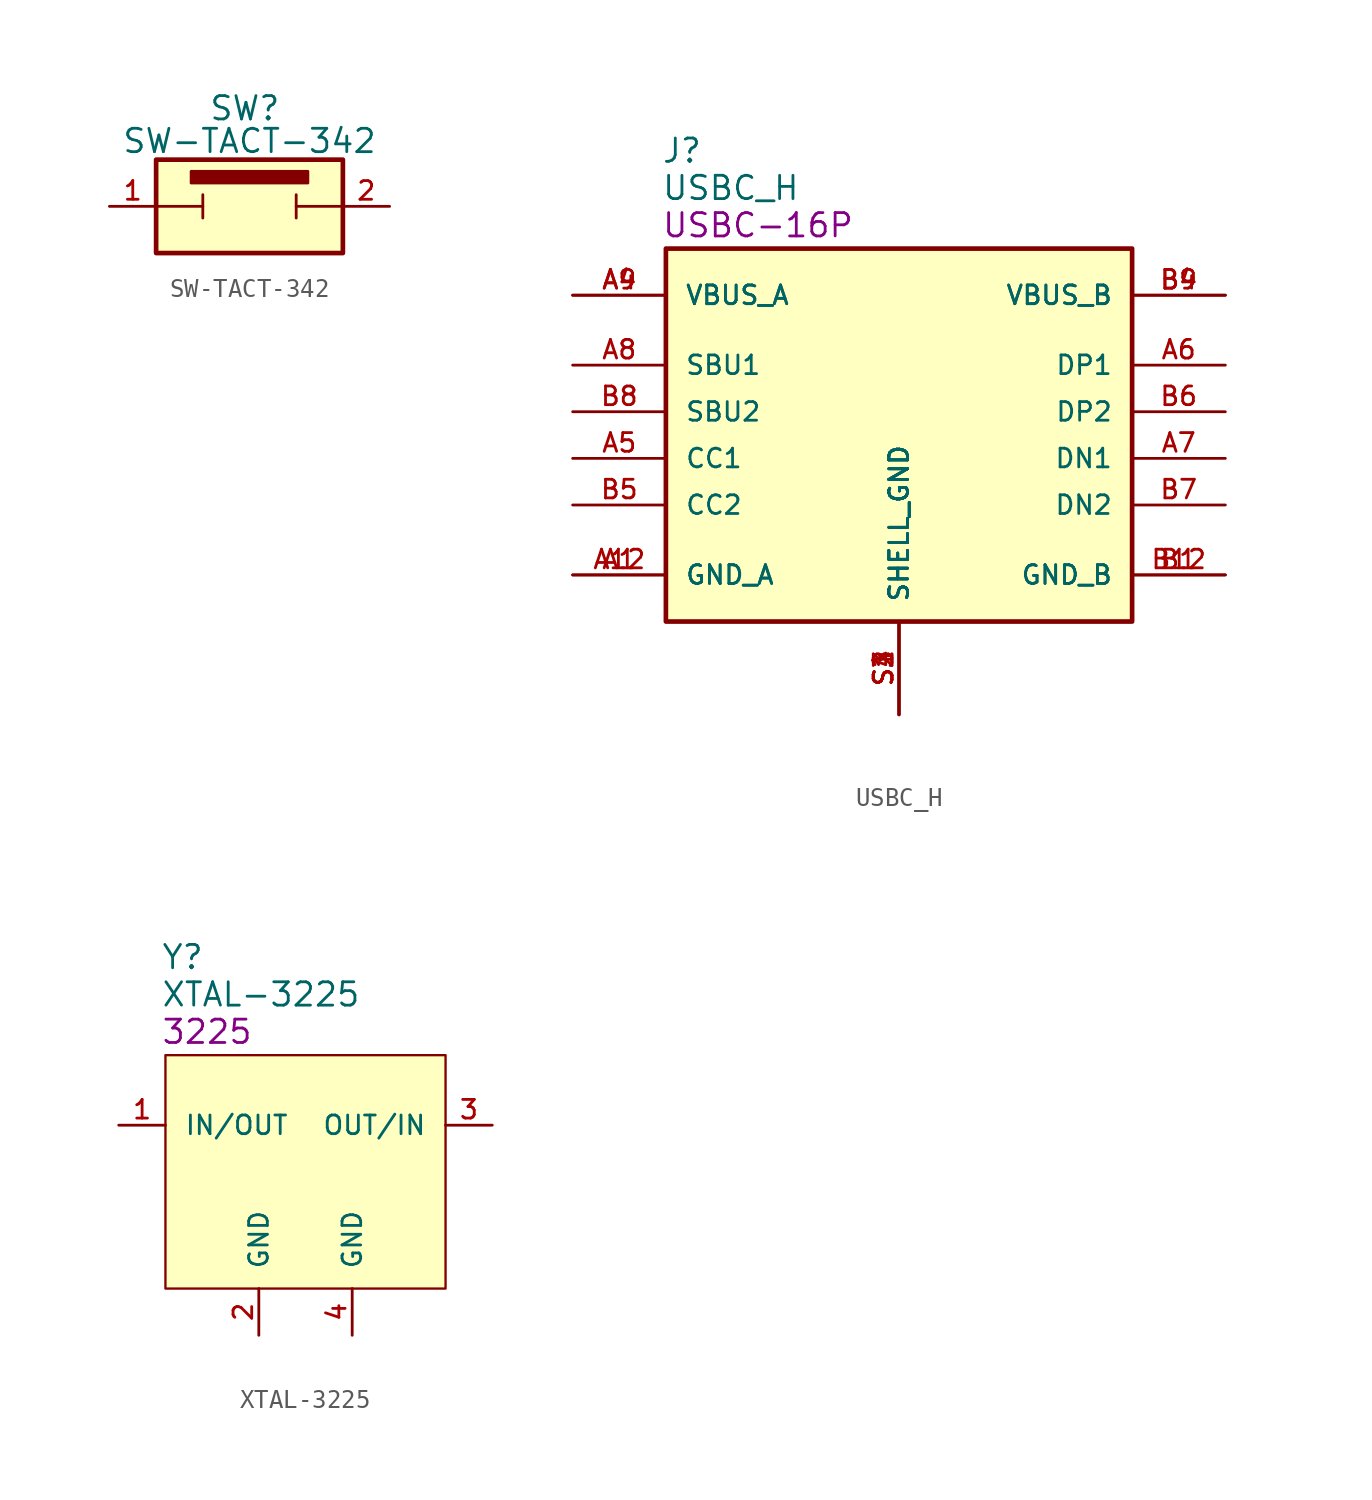
<source format=kicad_sym>
(kicad_symbol_lib
  (version 20231120)
  (generator "kicad_symbol_editor")
  (generator_version "8.0")
  (symbol "SW-TACT-342"
    (pin_names
      (offset 1.016) hide)
    (property "Reference" "SW"
      (at 7.366 5.334 0)
      (effects (font (size 1.27 1.27))))
    (property "Value" "SW-TACT-342"
      (at 7.62 3.556 0)
      (effects (font (size 1.27 1.27))))
    (symbol "SW-TACT-342_0_0"
      (rectangle (start 2.54 2.54) (end 12.7 -2.54) (stroke (width 0.254) (type default)) (fill (type background)))
      (pin passive line (at 15.24 0 180) (length 2.54) (name "2" (effects (font (size 1.016 1.016)))) (number "2" (effects (font (size 1.016 1.016))))))
    (symbol "SW-TACT-342_0_1"
      (polyline (pts (xy 2.54 0) (xy 5.08 0)) (stroke (width 0) (type default)) (fill (type none)))
      (polyline (pts (xy 5.08 0.635) (xy 5.08 -0.635)) (stroke (width 0) (type default)) (fill (type none)))
      (polyline (pts (xy 10.16 0.635) (xy 10.16 -0.635)) (stroke (width 0) (type default)) (fill (type none)))
      (polyline (pts (xy 12.7 0) (xy 10.16 0)) (stroke (width 0) (type default)) (fill (type none))))
    (symbol "SW-TACT-342_1_0"
      (pin passive line (at 0 0 0) (length 2.54) (name "1" (effects (font (size 1.016 1.016)))) (number "1" (effects (font (size 1.016 1.016))))))
    (symbol "SW-TACT-342_1_1"
      (rectangle (start 4.445 1.905) (end 10.795 1.27) (stroke (width 0) (type default)) (fill (type outline)))))
  (symbol "USBC_H"
    (pin_names
      (offset 1.016))
    (property "Reference" "J"
      (at -12.954 15.494 0)
      (do_not_autoplace)
      (effects (font (size 1.27 1.27)) (justify left)))
    (property "Value" "USBC_H"
      (at -12.954 13.462 0)
      (do_not_autoplace)
      (effects (font (size 1.27 1.27)) (justify left)))
    (property "Package" "USBC-16P"
      (at -12.954 11.43 0)
      (do_not_autoplace)
      (effects (font (size 1.27 1.27)) (justify left)))
    (symbol "USBC_H_0_0"
      (rectangle (start -12.7 10.16) (end 12.7 -10.16) (stroke (width 0.254) (type default)) (fill (type background)))
      (pin power_in line (at -17.78 -7.62 0) (length 5.08) (name "GND_A" (effects (font (size 1.016 1.016)))) (number "A1" (effects (font (size 1.016 1.016)))))
      (pin power_in line (at -17.78 -7.62 0) (length 5.08) (name "GND_A" (effects (font (size 1.016 1.016)))) (number "A12" (effects (font (size 1.016 1.016)))))
      (pin power_in line (at -17.78 7.62 0) (length 5.08) (name "VBUS_A" (effects (font (size 1.016 1.016)))) (number "A4" (effects (font (size 1.016 1.016)))))
      (pin bidirectional line (at -17.78 -1.27 0) (length 5.08) (name "CC1" (effects (font (size 1.016 1.016)))) (number "A5" (effects (font (size 1.016 1.016)))))
      (pin bidirectional line (at 17.78 3.81 180) (length 5.08) (name "DP1" (effects (font (size 1.016 1.016)))) (number "A6" (effects (font (size 1.016 1.016)))))
      (pin bidirectional line (at 17.78 -1.27 180) (length 5.08) (name "DN1" (effects (font (size 1.016 1.016)))) (number "A7" (effects (font (size 1.016 1.016)))))
      (pin bidirectional line (at -17.78 3.81 0) (length 5.08) (name "SBU1" (effects (font (size 1.016 1.016)))) (number "A8" (effects (font (size 1.016 1.016)))))
      (pin power_in line (at -17.78 7.62 0) (length 5.08) (name "VBUS_A" (effects (font (size 1.016 1.016)))) (number "A9" (effects (font (size 1.016 1.016)))))
      (pin power_in line (at 17.78 -7.62 180) (length 5.08) (name "GND_B" (effects (font (size 1.016 1.016)))) (number "B1" (effects (font (size 1.016 1.016)))))
      (pin power_in line (at 17.78 -7.62 180) (length 5.08) (name "GND_B" (effects (font (size 1.016 1.016)))) (number "B12" (effects (font (size 1.016 1.016)))))
      (pin power_in line (at 17.78 7.62 180) (length 5.08) (name "VBUS_B" (effects (font (size 1.016 1.016)))) (number "B4" (effects (font (size 1.016 1.016)))))
      (pin bidirectional line (at -17.78 -3.81 0) (length 5.08) (name "CC2" (effects (font (size 1.016 1.016)))) (number "B5" (effects (font (size 1.016 1.016)))))
      (pin bidirectional line (at 17.78 1.27 180) (length 5.08) (name "DP2" (effects (font (size 1.016 1.016)))) (number "B6" (effects (font (size 1.016 1.016)))))
      (pin bidirectional line (at 17.78 -3.81 180) (length 5.08) (name "DN2" (effects (font (size 1.016 1.016)))) (number "B7" (effects (font (size 1.016 1.016)))))
      (pin bidirectional line (at -17.78 1.27 0) (length 5.08) (name "SBU2" (effects (font (size 1.016 1.016)))) (number "B8" (effects (font (size 1.016 1.016)))))
      (pin power_in line (at 17.78 7.62 180) (length 5.08) (name "VBUS_B" (effects (font (size 1.016 1.016)))) (number "B9" (effects (font (size 1.016 1.016)))))
      (pin power_in line (at 0 -15.24 90) (length 5.08) (name "SHELL_GND" (effects (font (size 1.016 1.016)))) (number "S1" (effects (font (size 1.016 1.016)))))
      (pin power_in line (at 0 -15.24 90) (length 5.08) (name "SHELL_GND" (effects (font (size 1.016 1.016)))) (number "S2" (effects (font (size 1.016 1.016)))))
      (pin power_in line (at 0 -15.24 90) (length 5.08) (name "SHELL_GND" (effects (font (size 1.016 1.016)))) (number "S3" (effects (font (size 1.016 1.016)))))
      (pin power_in line (at 0 -15.24 90) (length 5.08) (name "SHELL_GND" (effects (font (size 1.016 1.016)))) (number "S4" (effects (font (size 1.016 1.016)))))))
  (symbol "XTAL-3225"
    (pin_names
      (offset 1.016))
    (property "Reference" "Y"
      (at 2.286 9.144 0)
      (effects (font (size 1.27 1.27)) (justify left)))
    (property "Value" "XTAL-3225"
      (at 2.286 7.112 0)
      (effects (font (size 1.27 1.27)) (justify left)))
    (property "Package" "3225"
      (at 2.286 5.08 0)
      (effects (font (size 1.27 1.27)) (justify left)))
    (symbol "XTAL-3225_0_0"
      (rectangle (start 2.54 3.81) (end 17.78 -8.89) (stroke (width 0.127) (type default)) (fill (type background)))
      (pin bidirectional line (at 0 0 0) (length 2.54) (name "IN/OUT" (effects (font (size 1.016 1.016)))) (number "1" (effects (font (size 1.016 1.016)))))
      (pin power_in line (at 7.62 -11.43 90) (length 2.54) (name "GND" (effects (font (size 1.016 1.016)))) (number "2" (effects (font (size 1.016 1.016)))))
      (pin bidirectional line (at 20.32 0 180) (length 2.54) (name "OUT/IN" (effects (font (size 1.016 1.016)))) (number "3" (effects (font (size 1.016 1.016)))))
      (pin power_in line (at 12.7 -11.43 90) (length 2.54) (name "GND" (effects (font (size 1.016 1.016)))) (number "4" (effects (font (size 1.016 1.016))))))))
</source>
